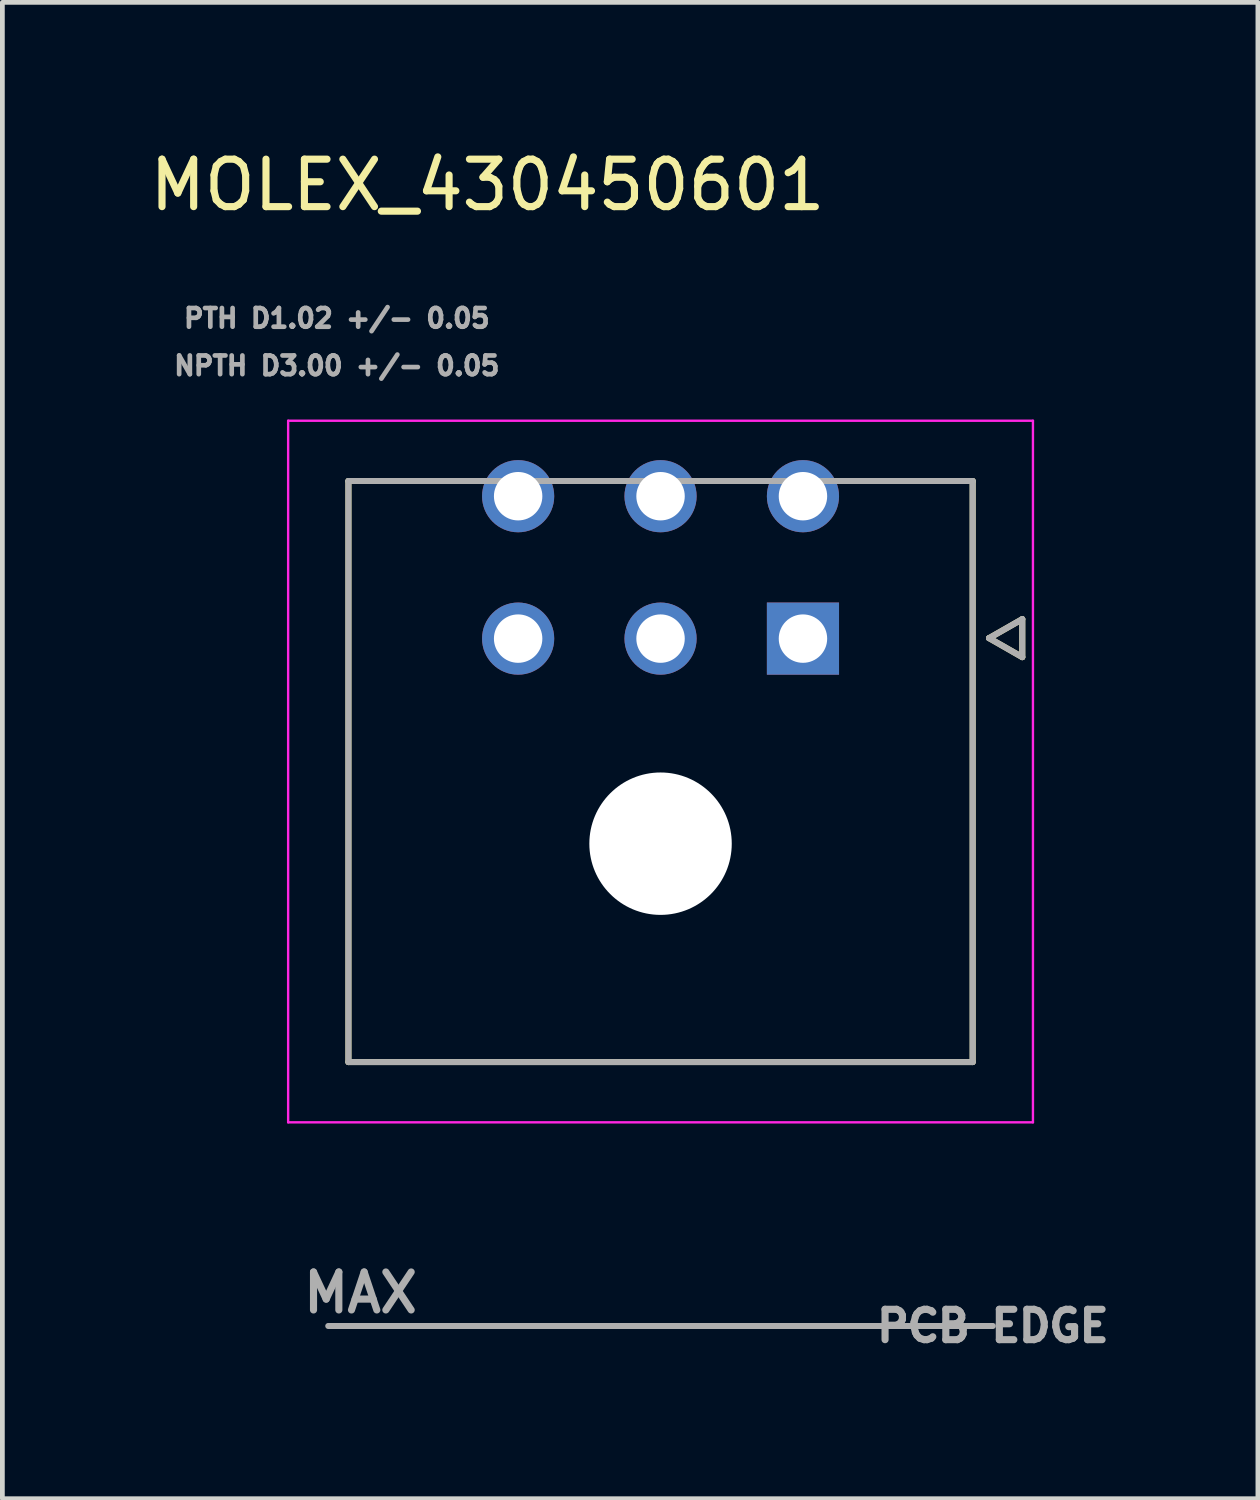
<source format=kicad_pcb>
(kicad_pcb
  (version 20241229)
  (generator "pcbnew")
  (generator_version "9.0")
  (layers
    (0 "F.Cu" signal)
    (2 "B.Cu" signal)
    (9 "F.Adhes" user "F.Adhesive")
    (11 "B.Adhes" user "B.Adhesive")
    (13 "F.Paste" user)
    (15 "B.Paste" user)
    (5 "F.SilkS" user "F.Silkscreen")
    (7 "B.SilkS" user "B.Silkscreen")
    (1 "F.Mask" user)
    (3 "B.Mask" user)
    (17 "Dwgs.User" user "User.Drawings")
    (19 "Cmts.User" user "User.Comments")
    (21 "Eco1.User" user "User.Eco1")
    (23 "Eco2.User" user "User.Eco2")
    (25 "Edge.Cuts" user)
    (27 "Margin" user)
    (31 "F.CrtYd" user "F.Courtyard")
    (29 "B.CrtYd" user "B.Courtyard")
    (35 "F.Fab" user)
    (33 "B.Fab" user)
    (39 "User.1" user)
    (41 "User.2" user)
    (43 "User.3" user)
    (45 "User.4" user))
  (footprint "MOLEX_430450601"
    (layer "F.Cu")
    (at 13.865 10.403)
    (property "Reference" "MOLEX_430450601" (at -6.645 -9.555 0) (layer "F.SilkS") (effects (font (size 1 1) (thickness 0.15))))
    (attr through_hole)
    (fp_circle (center -6 -3) (end -5.582 -3) (stroke (width 0.836) (type solid)) (fill no) (layer "F.Mask"))
    (fp_circle (center -6 0) (end -5.582 0) (stroke (width 0.836) (type solid)) (fill no) (layer "F.Mask"))
    (fp_circle (center -3 -3) (end -2.582 -3) (stroke (width 0.836) (type solid)) (fill no) (layer "F.Mask"))
    (fp_circle (center -3 0) (end -2.582 0) (stroke (width 0.836) (type solid)) (fill no) (layer "F.Mask"))
    (fp_circle (center -3 4.32) (end -2.212 4.32) (stroke (width 1.576) (type solid)) (fill no) (layer "F.Mask"))
    (fp_circle (center 0 -3) (end 0.418 -3) (stroke (width 0.836) (type solid)) (fill no) (layer "F.Mask"))
    (fp_poly (pts (xy -0.836 -0.836) (xy 0.836 -0.836) (xy 0.836 0.836) (xy -0.836 0.836)) (stroke (width 0.01) (type solid)) (fill yes) (layer "F.Mask"))
    (fp_circle (center -6 -3) (end -5.582 -3) (stroke (width 0.836) (type solid)) (fill no) (layer "B.Mask"))
    (fp_circle (center -6 0) (end -5.582 0) (stroke (width 0.836) (type solid)) (fill no) (layer "B.Mask"))
    (fp_circle (center -3 -3) (end -2.582 -3) (stroke (width 0.836) (type solid)) (fill no) (layer "B.Mask"))
    (fp_circle (center -3 0) (end -2.582 0) (stroke (width 0.836) (type solid)) (fill no) (layer "B.Mask"))
    (fp_circle (center -3 4.32) (end -2.212 4.32) (stroke (width 1.576) (type solid)) (fill no) (layer "B.Mask"))
    (fp_circle (center 0 -3) (end 0.418 -3) (stroke (width 0.836) (type solid)) (fill no) (layer "B.Mask"))
    (fp_poly (pts (xy -0.836 -0.836) (xy 0.836 -0.836) (xy 0.836 0.836) (xy -0.836 0.836)) (stroke (width 0.01) (type solid)) (fill yes) (layer "B.Mask"))
    (fp_line (start -9.575 -3.32) (end -9.575 8.92) (stroke (width 0.127) (type solid)) (layer "F.SilkS"))
    (fp_line (start -9.575 8.92) (end 3.575 8.92) (stroke (width 0.127) (type solid)) (layer "F.SilkS"))
    (fp_line (start -7.5 -3.32) (end -9.575 -3.32) (stroke (width 0.127) (type solid)) (layer "F.SilkS"))
    (fp_line (start 3.575 -3.32) (end 1.5 -3.32) (stroke (width 0.127) (type solid)) (layer "F.SilkS"))
    (fp_line (start 3.575 8.92) (end 3.575 -3.32) (stroke (width 0.127) (type solid)) (layer "F.SilkS"))
    (fp_line (start 3.92 -0.01) (end 4.62 0.39) (stroke (width 0.127) (type solid)) (layer "F.SilkS"))
    (fp_line (start 4.62 -0.41) (end 3.92 -0.01) (stroke (width 0.127) (type solid)) (layer "F.SilkS"))
    (fp_line (start 4.62 0.39) (end 4.62 -0.41) (stroke (width 0.127) (type solid)) (layer "F.SilkS"))
    (fp_line (start -10.845 -4.59) (end 4.845 -4.59) (stroke (width 0.05) (type solid)) (layer "F.CrtYd"))
    (fp_line (start -10.845 10.19) (end -10.845 -4.59) (stroke (width 0.05) (type solid)) (layer "F.CrtYd"))
    (fp_line (start 4.845 -4.59) (end 4.845 10.19) (stroke (width 0.05) (type solid)) (layer "F.CrtYd"))
    (fp_line (start 4.845 10.19) (end -10.845 10.19) (stroke (width 0.05) (type solid)) (layer "F.CrtYd"))
    (fp_line (start -10 14.48) (end 4 14.48) (stroke (width 0.127) (type solid)) (layer "F.Fab"))
    (fp_line (start -9.575 -3.32) (end -9.575 8.92) (stroke (width 0.127) (type solid)) (layer "F.Fab"))
    (fp_line (start -9.575 8.92) (end 3.575 8.92) (stroke (width 0.127) (type solid)) (layer "F.Fab"))
    (fp_line (start 3.575 -3.32) (end -9.575 -3.32) (stroke (width 0.127) (type solid)) (layer "F.Fab"))
    (fp_line (start 3.575 8.92) (end 3.575 -3.32) (stroke (width 0.127) (type solid)) (layer "F.Fab"))
    (fp_line (start 3.92 -0.01) (end 4.62 0.39) (stroke (width 0.127) (type solid)) (layer "F.Fab"))
    (fp_line (start 4.62 -0.41) (end 3.92 -0.01) (stroke (width 0.127) (type solid)) (layer "F.Fab"))
    (fp_line (start 4.62 0.39) (end 4.62 -0.41) (stroke (width 0.127) (type solid)) (layer "F.Fab"))
    (fp_text user "PTH D1.02 +/- 0.05" (at -9.82 -6.748 0) (layer "F.Fab") (effects (font (size 0.394 0.394) (thickness 0.15))))
    (fp_text user "NPTH D3.00 +/- 0.05" (at -9.82 -5.748 0) (layer "F.Fab") (effects (font (size 0.394 0.394) (thickness 0.15))))
    (fp_text user "MAX" (at -9.32 13.78 0) (layer "F.Fab") (effects (font (size 0.8 0.8) (thickness 0.15))))
    (fp_text user "PCB EDGE" (at 4 14.48 0) (layer "F.Fab") (effects (font (size 0.64 0.64) (thickness 0.15))))
    (pad "" np_thru_hole circle (at -3 4.32) (size 3 3) (drill 3) (layers "*.Cu" "*.Mask"))
    (pad "1" thru_hole rect (at 0 0) (size 1.52 1.52) (drill 1.02) (layers "*.Cu"))
    (pad "2" thru_hole circle (at -3 0) (size 1.52 1.52) (drill 1.02) (layers "*.Cu"))
    (pad "3" thru_hole circle (at -6 0) (size 1.52 1.52) (drill 1.02) (layers "*.Cu"))
    (pad "4" thru_hole circle (at 0 -3) (size 1.52 1.52) (drill 1.02) (layers "*.Cu"))
    (pad "5" thru_hole circle (at -3 -3) (size 1.52 1.52) (drill 1.02) (layers "*.Cu"))
    (pad "6" thru_hole circle (at -6 -3) (size 1.52 1.52) (drill 1.02) (layers "*.Cu")))
  (gr_rect
    (start -3 -3)
    (end 23.449 28.521)
    (stroke (width 0.1) (type default))
    (fill no)
    (layer "Edge.Cuts")))
</source>
